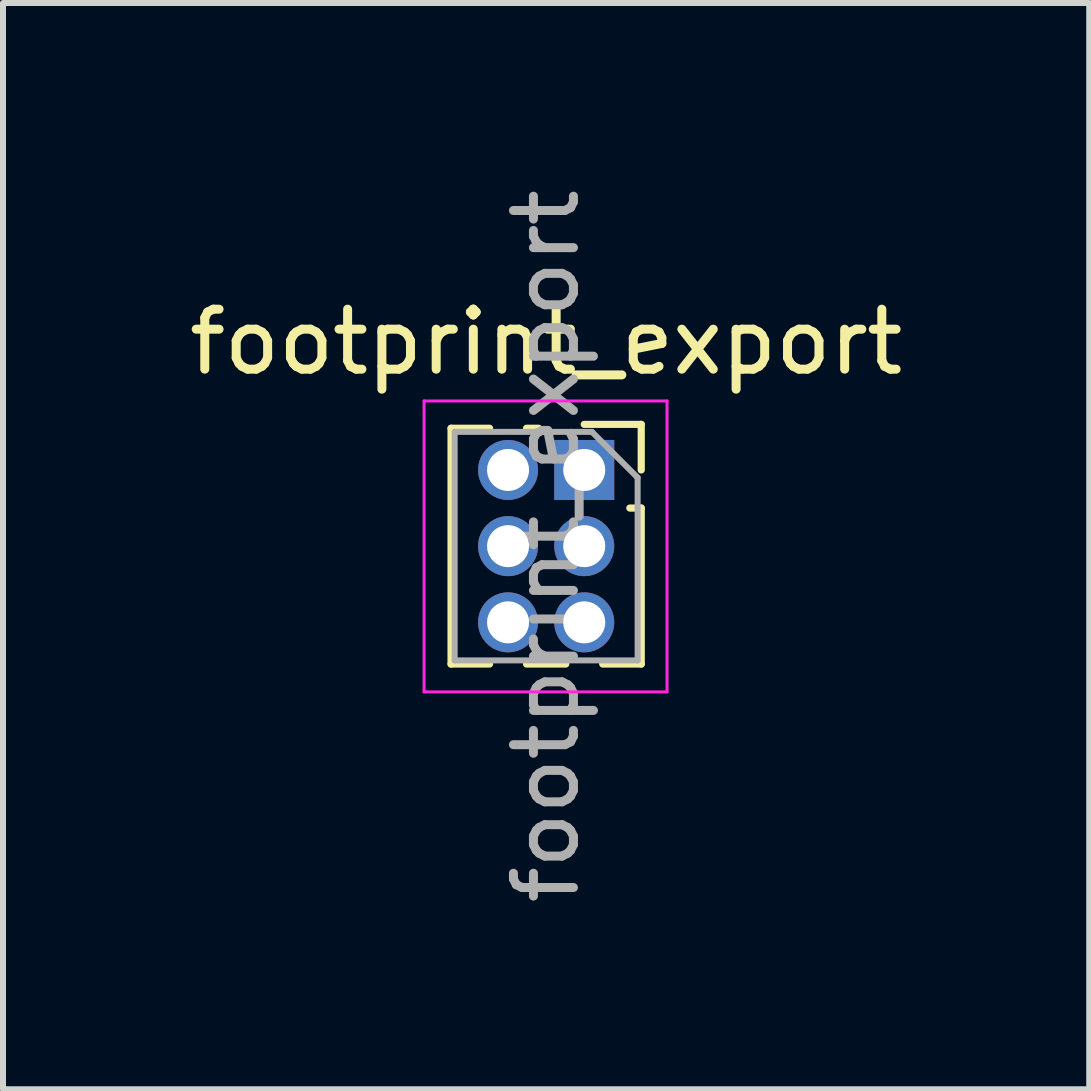
<source format=kicad_pcb>
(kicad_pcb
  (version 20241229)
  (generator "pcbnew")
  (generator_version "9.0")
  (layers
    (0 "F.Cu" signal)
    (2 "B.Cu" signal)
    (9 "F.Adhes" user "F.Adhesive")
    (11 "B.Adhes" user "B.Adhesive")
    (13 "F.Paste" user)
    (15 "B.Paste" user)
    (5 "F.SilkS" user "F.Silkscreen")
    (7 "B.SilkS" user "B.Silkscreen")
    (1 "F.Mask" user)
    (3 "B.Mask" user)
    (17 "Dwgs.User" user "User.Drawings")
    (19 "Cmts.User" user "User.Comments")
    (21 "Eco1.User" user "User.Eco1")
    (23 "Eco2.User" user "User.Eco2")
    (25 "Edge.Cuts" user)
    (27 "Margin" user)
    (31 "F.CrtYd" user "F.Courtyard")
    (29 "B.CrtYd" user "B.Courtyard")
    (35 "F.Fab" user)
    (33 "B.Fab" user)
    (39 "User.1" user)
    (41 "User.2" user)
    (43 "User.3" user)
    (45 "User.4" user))
  (footprint "footprint_export"
    (layer "F.Cu")
    (at 6.689 4.784)
    (property "Reference" "footprint_export" (at -0.635 -2.135 0) (layer "F.SilkS") (effects (font (size 1 1) (thickness 0.15))))
    (attr through_hole)
    (fp_line (start -2.22 -0.695) (end -2.22 3.235) (stroke (width 0.12) (type solid)) (layer "F.SilkS"))
    (fp_line (start -2.22 -0.695) (end -1.578 -0.695) (stroke (width 0.12) (type solid)) (layer "F.SilkS"))
    (fp_line (start -2.22 3.235) (end -1.578 3.235) (stroke (width 0.12) (type solid)) (layer "F.SilkS"))
    (fp_line (start -0.962 -0.695) (end -0.76 -0.695) (stroke (width 0.12) (type solid)) (layer "F.SilkS"))
    (fp_line (start -0.962 3.235) (end -0.308 3.235) (stroke (width 0.12) (type solid)) (layer "F.SilkS"))
    (fp_line (start 0 -0.76) (end 0.95 -0.76) (stroke (width 0.12) (type solid)) (layer "F.SilkS"))
    (fp_line (start 0.308 3.235) (end 0.95 3.235) (stroke (width 0.12) (type solid)) (layer "F.SilkS"))
    (fp_line (start 0.76 0.635) (end 0.95 0.635) (stroke (width 0.12) (type solid)) (layer "F.SilkS"))
    (fp_line (start 0.95 -0.76) (end 0.95 0) (stroke (width 0.12) (type solid)) (layer "F.SilkS"))
    (fp_line (start 0.95 0.635) (end 0.95 3.235) (stroke (width 0.12) (type solid)) (layer "F.SilkS"))
    (fp_line (start -2.67 -1.15) (end 1.38 -1.15) (stroke (width 0.05) (type solid)) (layer "F.CrtYd"))
    (fp_line (start -2.67 3.7) (end -2.67 -1.15) (stroke (width 0.05) (type solid)) (layer "F.CrtYd"))
    (fp_line (start 1.38 -1.15) (end 1.38 3.7) (stroke (width 0.05) (type solid)) (layer "F.CrtYd"))
    (fp_line (start 1.38 3.7) (end -2.67 3.7) (stroke (width 0.05) (type solid)) (layer "F.CrtYd"))
    (fp_line (start -2.16 -0.635) (end 0.128 -0.635) (stroke (width 0.1) (type solid)) (layer "F.Fab"))
    (fp_line (start -2.16 3.175) (end -2.16 -0.635) (stroke (width 0.1) (type solid)) (layer "F.Fab"))
    (fp_line (start 0.128 -0.635) (end 0.89 0.128) (stroke (width 0.1) (type solid)) (layer "F.Fab"))
    (fp_line (start 0.89 0.128) (end 0.89 3.175) (stroke (width 0.1) (type solid)) (layer "F.Fab"))
    (fp_line (start 0.89 3.175) (end -2.16 3.175) (stroke (width 0.1) (type solid)) (layer "F.Fab"))
    (fp_text user "${REFERENCE}" (at -0.635 1.27 90) (layer "F.Fab") (effects (font (size 1 1) (thickness 0.15))))
    (pad "1" thru_hole rect (at 0 0) (size 1 1) (drill 0.7) (layers "*.Cu" "*.Mask"))
    (pad "2" thru_hole oval (at -1.27 0) (size 1 1) (drill 0.7) (layers "*.Cu" "*.Mask"))
    (pad "3" thru_hole oval (at 0 1.27) (size 1 1) (drill 0.7) (layers "*.Cu" "*.Mask"))
    (pad "4" thru_hole oval (at -1.27 1.27) (size 1 1) (drill 0.7) (layers "*.Cu" "*.Mask"))
    (pad "5" thru_hole oval (at 0 2.54) (size 1 1) (drill 0.7) (layers "*.Cu" "*.Mask"))
    (pad "6" thru_hole oval (at -1.27 2.54) (size 1 1) (drill 0.7) (layers "*.Cu" "*.Mask")))
  (gr_rect
    (start -3 -3)
    (end 15.107 15.107)
    (stroke (width 0.1) (type default))
    (fill no)
    (layer "Edge.Cuts")))
</source>
